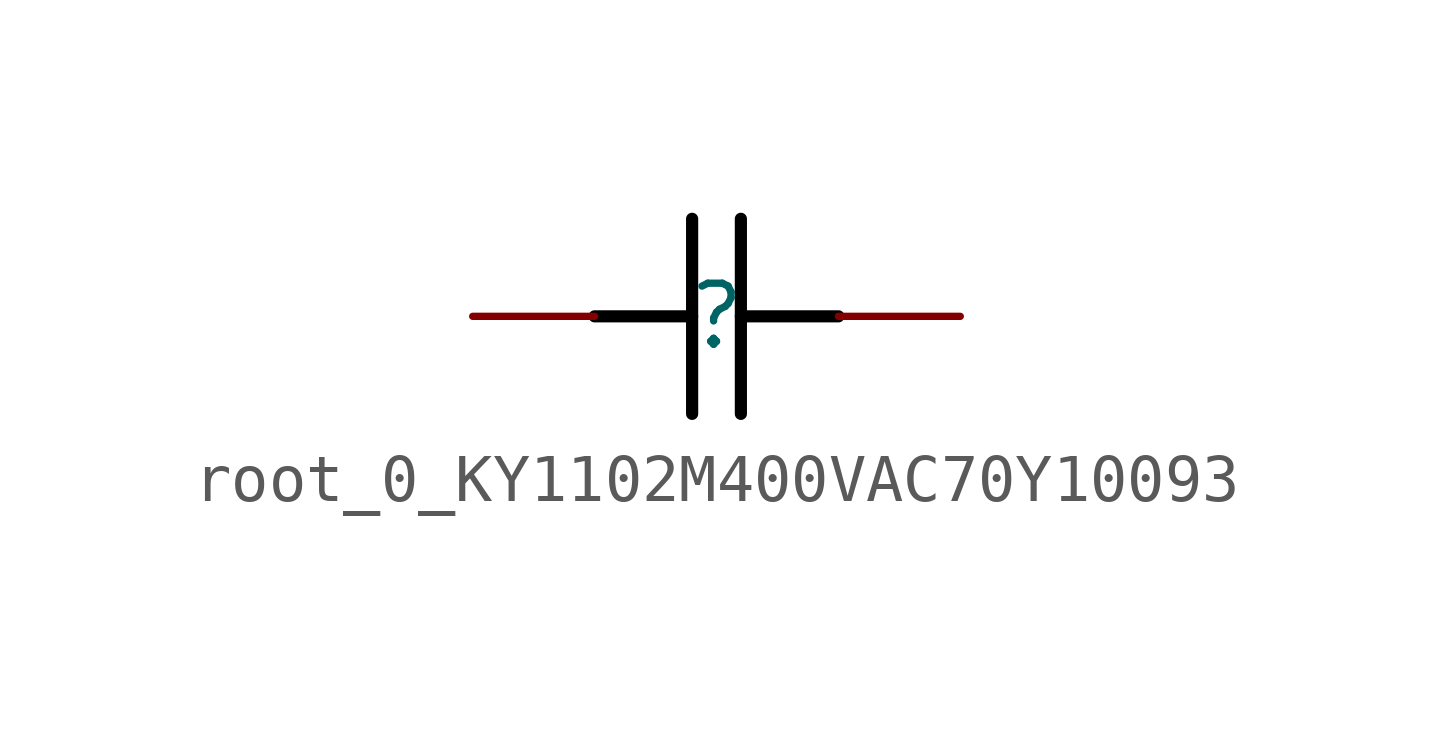
<source format=kicad_sym>
(kicad_symbol_lib
  (version 20220914)
  (generator kicad_symbol_editor)
  (symbol "root_0_KY1102M400VAC70Y10093"
    (property "Reference" ""
      (at 0 0 0)
      (effects (font (size 1.27 1.27))))
    (property "Value" ""
      (at 0 0 0)
      (effects (font (size 1.27 1.27))))
    (symbol "root_0_KY1102M400VAC70Y10093_1_0"
      (polyline (pts (xy -0.508 -2.032) (xy -0.508 2.032)) (stroke (width 0.254) (type solid) (color 0 0 0 1)) (fill (type none)))
      (polyline (pts (xy -0.508 0) (xy -2.54 0)) (stroke (width 0.254) (type solid) (color 0 0 0 1)) (fill (type none)))
      (polyline (pts (xy 0.508 2.032) (xy 0.508 -2.032)) (stroke (width 0.254) (type solid) (color 0 0 0 1)) (fill (type none)))
      (polyline (pts (xy 2.54 0) (xy 0.508 0)) (stroke (width 0.254) (type solid) (color 0 0 0 1)) (fill (type none)))
      (pin passive line (at -5.08 0 0) (length 2.54) (name "1" (effects (font (size 0 0)))) (number "1" (effects (font (size 0 0)))))
      (pin passive line (at 5.08 0 180) (length 2.54) (name "2" (effects (font (size 0 0)))) (number "2" (effects (font (size 0 0))))))))
</source>
